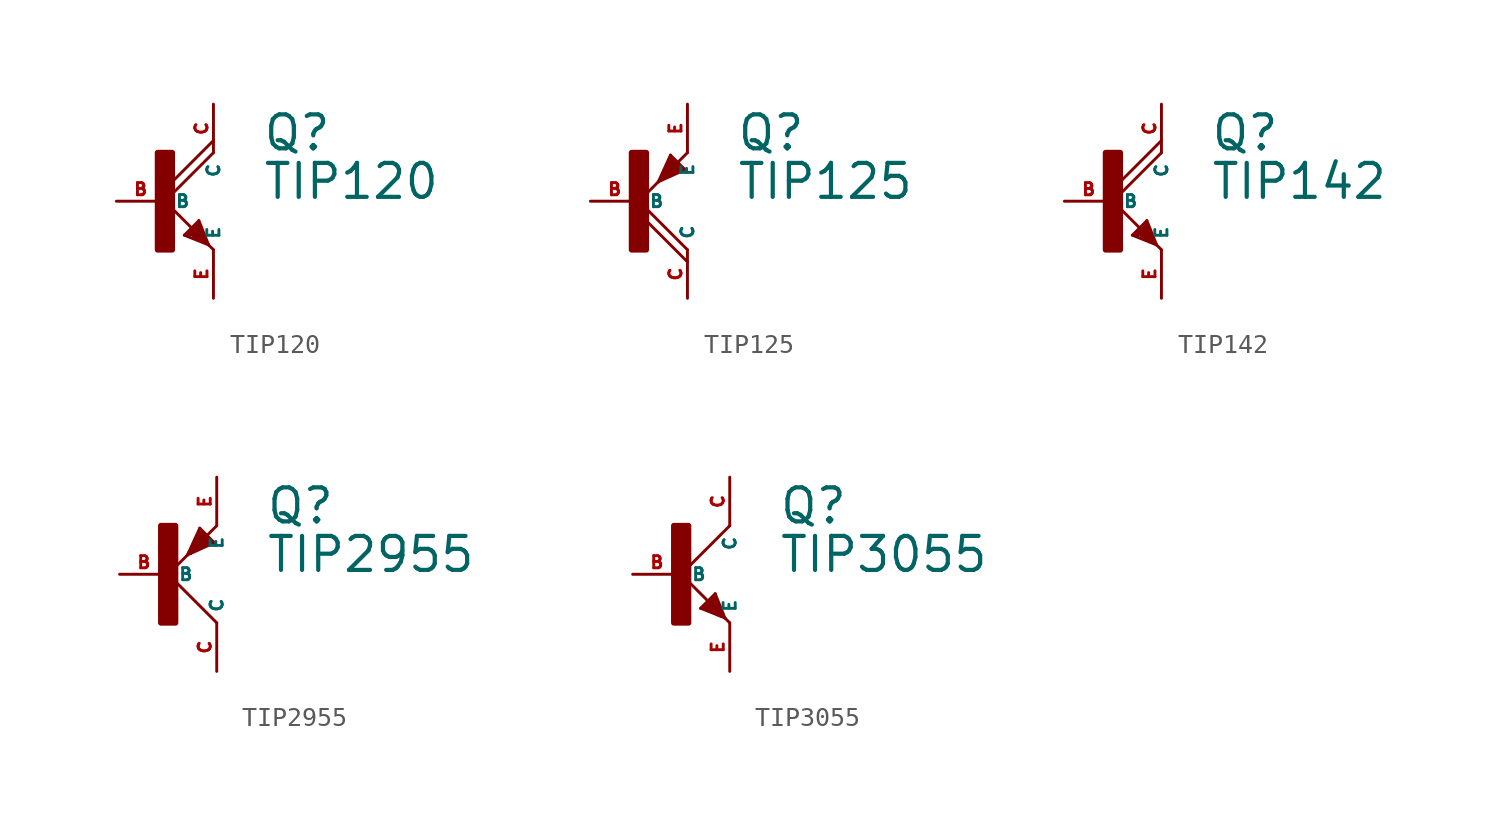
<source format=kicad_sym>
(kicad_symbol_lib
  (version 20220914)
  (generator Eagle2Kicad)
  (symbol "TIP120"
    (property "Reference" "Q"
      (at 5.08 2.54 0)
      (effects (font (size 1.778 1.778) (thickness 0.22)) (justify left bottom)))
    (property "Value" "TIP120"
      (at 5.08 0 0)
      (effects (font (size 1.778 1.778) (thickness 0.22)) (justify left bottom)))
    (polyline
      (pts (xy 2.54 2.54) (xy 0 0))
      (stroke (width 0.152) (type default))
      (fill (type none)))
    (polyline
      (pts (xy 0 0) (xy 2.032 -2.032))
      (stroke (width 0.152) (type default))
      (fill (type none)))
    (polyline
      (pts (xy 2.032 -2.032) (xy 2.286 -2.286))
      (stroke (width 0.152) (type default))
      (fill (type none)))
    (polyline
      (pts (xy 1.778 -1.016) (xy 2.286 -2.286))
      (stroke (width 0.152) (type default))
      (fill (type none)))
    (polyline
      (pts (xy 2.286 -2.286) (xy 2.54 -2.54))
      (stroke (width 0.152) (type default))
      (fill (type none)))
    (polyline
      (pts (xy 2.286 -2.286) (xy 1.016 -1.778))
      (stroke (width 0.152) (type default))
      (fill (type none)))
    (polyline
      (pts (xy 1.016 -1.778) (xy 1.778 -1.016))
      (stroke (width 0.152) (type default))
      (fill (type none)))
    (polyline
      (pts (xy 2.54 3.175) (xy 0 0.635))
      (stroke (width 0.152) (type default))
      (fill (type none)))
    (polyline
      (pts (xy 1.27 -1.778) (xy 1.778 -1.27))
      (stroke (width 0.254) (type default))
      (fill (type none)))
    (polyline
      (pts (xy 1.778 -1.27) (xy 2.032 -2.032))
      (stroke (width 0.254) (type default))
      (fill (type none)))
    (polyline
      (pts (xy 2.032 -2.032) (xy 1.524 -1.778))
      (stroke (width 0.254) (type default))
      (fill (type none)))
    (polyline
      (pts (xy 1.524 -1.778) (xy 1.778 -1.524))
      (stroke (width 0.254) (type default))
      (fill (type none)))
    (rectangle
      (start -0.381 -2.54)
      (end 0.381 2.54)
      (stroke (width 0.3) (type default))
      (fill (type outline)))
    (pin passive line
      (at -2.54 0 0)
      (length 2.54)
      (name "B" (effects (font (size 0.635 0.635) (thickness 0.08)) (justify left bottom)))
      (number "B" (effects (font (size 0.635 0.635) (thickness 0.08)) (justify left bottom))))
    (pin passive line
      (at 2.54 -5.08 90)
      (length 2.54)
      (name "E" (effects (font (size 0.635 0.635) (thickness 0.08)) (justify left bottom)))
      (number "E" (effects (font (size 0.635 0.635) (thickness 0.08)) (justify left bottom))))
    (pin passive line
      (at 2.54 5.08 270)
      (length 2.54)
      (name "C" (effects (font (size 0.635 0.635) (thickness 0.08)) (justify left bottom)))
      (number "C" (effects (font (size 0.635 0.635) (thickness 0.08)) (justify left bottom)))))
  (symbol "TIP125"
    (property "Reference" "Q"
      (at 5.08 2.54 0)
      (effects (font (size 1.778 1.778) (thickness 0.22)) (justify left bottom)))
    (property "Value" "TIP125"
      (at 5.08 0 0)
      (effects (font (size 1.778 1.778) (thickness 0.22)) (justify left bottom)))
    (polyline
      (pts (xy 2.54 -2.54) (xy 0 0))
      (stroke (width 0.152) (type default))
      (fill (type none)))
    (polyline
      (pts (xy 0 0) (xy 1.016 1.016))
      (stroke (width 0.152) (type default))
      (fill (type none)))
    (polyline
      (pts (xy 2.413 1.651) (xy 1.016 1.016))
      (stroke (width 0.152) (type default))
      (fill (type none)))
    (polyline
      (pts (xy 1.016 1.016) (xy 1.27 1.27))
      (stroke (width 0.152) (type default))
      (fill (type none)))
    (polyline
      (pts (xy 1.905 1.905) (xy 2.54 2.54))
      (stroke (width 0.152) (type default))
      (fill (type none)))
    (polyline
      (pts (xy 1.016 1.016) (xy 1.651 2.413))
      (stroke (width 0.152) (type default))
      (fill (type none)))
    (polyline
      (pts (xy 1.651 2.413) (xy 2.413 1.651))
      (stroke (width 0.152) (type default))
      (fill (type none)))
    (polyline
      (pts (xy 2.54 -3.175) (xy 0 -0.635))
      (stroke (width 0.152) (type default))
      (fill (type none)))
    (polyline
      (pts (xy 1.27 1.27) (xy 2.159 1.651))
      (stroke (width 0.254) (type default))
      (fill (type none)))
    (polyline
      (pts (xy 2.159 1.651) (xy 1.905 1.905))
      (stroke (width 0.254) (type default))
      (fill (type none)))
    (polyline
      (pts (xy 1.905 1.905) (xy 1.651 2.159))
      (stroke (width 0.254) (type default))
      (fill (type none)))
    (polyline
      (pts (xy 1.651 2.159) (xy 1.27 1.27))
      (stroke (width 0.254) (type default))
      (fill (type none)))
    (polyline
      (pts (xy 1.27 1.27) (xy 1.905 1.905))
      (stroke (width 0.254) (type default))
      (fill (type none)))
    (polyline
      (pts (xy 1.651 1.905) (xy 1.905 1.651))
      (stroke (width 0.254) (type default))
      (fill (type none)))
    (rectangle
      (start -0.381 -2.54)
      (end 0.381 2.54)
      (stroke (width 0.3) (type default))
      (fill (type outline)))
    (pin passive line
      (at -2.54 0 0)
      (length 2.54)
      (name "B" (effects (font (size 0.635 0.635) (thickness 0.08)) (justify left bottom)))
      (number "B" (effects (font (size 0.635 0.635) (thickness 0.08)) (justify left bottom))))
    (pin passive line
      (at 2.54 5.08 270)
      (length 2.54)
      (name "E" (effects (font (size 0.635 0.635) (thickness 0.08)) (justify left bottom)))
      (number "E" (effects (font (size 0.635 0.635) (thickness 0.08)) (justify left bottom))))
    (pin passive line
      (at 2.54 -5.08 90)
      (length 2.54)
      (name "C" (effects (font (size 0.635 0.635) (thickness 0.08)) (justify left bottom)))
      (number "C" (effects (font (size 0.635 0.635) (thickness 0.08)) (justify left bottom)))))
  (symbol "TIP142"
    (property "Reference" "Q"
      (at 5.08 2.54 0)
      (effects (font (size 1.778 1.778) (thickness 0.22)) (justify left bottom)))
    (property "Value" "TIP142"
      (at 5.08 0 0)
      (effects (font (size 1.778 1.778) (thickness 0.22)) (justify left bottom)))
    (polyline
      (pts (xy 2.54 2.54) (xy 0 0))
      (stroke (width 0.152) (type default))
      (fill (type none)))
    (polyline
      (pts (xy 0 0) (xy 2.032 -2.032))
      (stroke (width 0.152) (type default))
      (fill (type none)))
    (polyline
      (pts (xy 2.032 -2.032) (xy 2.286 -2.286))
      (stroke (width 0.152) (type default))
      (fill (type none)))
    (polyline
      (pts (xy 1.778 -1.016) (xy 2.286 -2.286))
      (stroke (width 0.152) (type default))
      (fill (type none)))
    (polyline
      (pts (xy 2.286 -2.286) (xy 2.54 -2.54))
      (stroke (width 0.152) (type default))
      (fill (type none)))
    (polyline
      (pts (xy 2.286 -2.286) (xy 1.016 -1.778))
      (stroke (width 0.152) (type default))
      (fill (type none)))
    (polyline
      (pts (xy 1.016 -1.778) (xy 1.778 -1.016))
      (stroke (width 0.152) (type default))
      (fill (type none)))
    (polyline
      (pts (xy 2.54 3.175) (xy 0 0.635))
      (stroke (width 0.152) (type default))
      (fill (type none)))
    (polyline
      (pts (xy 1.27 -1.778) (xy 1.778 -1.27))
      (stroke (width 0.254) (type default))
      (fill (type none)))
    (polyline
      (pts (xy 1.778 -1.27) (xy 2.032 -2.032))
      (stroke (width 0.254) (type default))
      (fill (type none)))
    (polyline
      (pts (xy 2.032 -2.032) (xy 1.524 -1.778))
      (stroke (width 0.254) (type default))
      (fill (type none)))
    (polyline
      (pts (xy 1.524 -1.778) (xy 1.778 -1.524))
      (stroke (width 0.254) (type default))
      (fill (type none)))
    (rectangle
      (start -0.381 -2.54)
      (end 0.381 2.54)
      (stroke (width 0.3) (type default))
      (fill (type outline)))
    (pin passive line
      (at -2.54 0 0)
      (length 2.54)
      (name "B" (effects (font (size 0.635 0.635) (thickness 0.08)) (justify left bottom)))
      (number "B" (effects (font (size 0.635 0.635) (thickness 0.08)) (justify left bottom))))
    (pin passive line
      (at 2.54 -5.08 90)
      (length 2.54)
      (name "E" (effects (font (size 0.635 0.635) (thickness 0.08)) (justify left bottom)))
      (number "E" (effects (font (size 0.635 0.635) (thickness 0.08)) (justify left bottom))))
    (pin passive line
      (at 2.54 5.08 270)
      (length 2.54)
      (name "C" (effects (font (size 0.635 0.635) (thickness 0.08)) (justify left bottom)))
      (number "C" (effects (font (size 0.635 0.635) (thickness 0.08)) (justify left bottom)))))
  (symbol "TIP2955"
    (property "Reference" "Q"
      (at 5.08 2.54 0)
      (effects (font (size 1.778 1.778) (thickness 0.22)) (justify left bottom)))
    (property "Value" "TIP2955"
      (at 5.08 0 0)
      (effects (font (size 1.778 1.778) (thickness 0.22)) (justify left bottom)))
    (polyline
      (pts (xy 2.54 -2.54) (xy 0 0))
      (stroke (width 0.152) (type default))
      (fill (type none)))
    (polyline
      (pts (xy 0 0) (xy 1.016 1.016))
      (stroke (width 0.152) (type default))
      (fill (type none)))
    (polyline
      (pts (xy 2.413 1.651) (xy 1.016 1.016))
      (stroke (width 0.152) (type default))
      (fill (type none)))
    (polyline
      (pts (xy 1.016 1.016) (xy 1.143 1.143))
      (stroke (width 0.152) (type default))
      (fill (type none)))
    (polyline
      (pts (xy 1.905 1.905) (xy 2.54 2.54))
      (stroke (width 0.152) (type default))
      (fill (type none)))
    (polyline
      (pts (xy 1.016 1.016) (xy 1.651 2.413))
      (stroke (width 0.152) (type default))
      (fill (type none)))
    (polyline
      (pts (xy 1.651 2.413) (xy 2.413 1.651))
      (stroke (width 0.152) (type default))
      (fill (type none)))
    (polyline
      (pts (xy 1.143 1.143) (xy 2.159 1.651))
      (stroke (width 0.254) (type default))
      (fill (type none)))
    (polyline
      (pts (xy 2.159 1.651) (xy 1.905 1.905))
      (stroke (width 0.254) (type default))
      (fill (type none)))
    (polyline
      (pts (xy 1.905 1.905) (xy 1.651 2.159))
      (stroke (width 0.254) (type default))
      (fill (type none)))
    (polyline
      (pts (xy 1.651 2.159) (xy 1.143 1.143))
      (stroke (width 0.254) (type default))
      (fill (type none)))
    (polyline
      (pts (xy 1.143 1.143) (xy 1.905 1.905))
      (stroke (width 0.254) (type default))
      (fill (type none)))
    (polyline
      (pts (xy 1.651 1.905) (xy 1.905 1.651))
      (stroke (width 0.254) (type default))
      (fill (type none)))
    (rectangle
      (start -0.381 -2.54)
      (end 0.381 2.54)
      (stroke (width 0.3) (type default))
      (fill (type outline)))
    (pin passive line
      (at -2.54 0 0)
      (length 2.54)
      (name "B" (effects (font (size 0.635 0.635) (thickness 0.08)) (justify left bottom)))
      (number "B" (effects (font (size 0.635 0.635) (thickness 0.08)) (justify left bottom))))
    (pin passive line
      (at 2.54 5.08 270)
      (length 2.54)
      (name "E" (effects (font (size 0.635 0.635) (thickness 0.08)) (justify left bottom)))
      (number "E" (effects (font (size 0.635 0.635) (thickness 0.08)) (justify left bottom))))
    (pin passive line
      (at 2.54 -5.08 90)
      (length 2.54)
      (name "C" (effects (font (size 0.635 0.635) (thickness 0.08)) (justify left bottom)))
      (number "C" (effects (font (size 0.635 0.635) (thickness 0.08)) (justify left bottom)))))
  (symbol "TIP3055"
    (property "Reference" "Q"
      (at 5.08 2.54 0)
      (effects (font (size 1.778 1.778) (thickness 0.22)) (justify left bottom)))
    (property "Value" "TIP3055"
      (at 5.08 0 0)
      (effects (font (size 1.778 1.778) (thickness 0.22)) (justify left bottom)))
    (polyline
      (pts (xy 2.54 2.54) (xy 0 0))
      (stroke (width 0.152) (type default))
      (fill (type none)))
    (polyline
      (pts (xy 0 0) (xy 1.651 -1.651))
      (stroke (width 0.152) (type default))
      (fill (type none)))
    (polyline
      (pts (xy 2.159 -2.159) (xy 2.286 -2.286))
      (stroke (width 0.152) (type default))
      (fill (type none)))
    (polyline
      (pts (xy 1.778 -1.016) (xy 2.286 -2.286))
      (stroke (width 0.152) (type default))
      (fill (type none)))
    (polyline
      (pts (xy 2.286 -2.286) (xy 2.54 -2.54))
      (stroke (width 0.152) (type default))
      (fill (type none)))
    (polyline
      (pts (xy 2.286 -2.286) (xy 1.016 -1.778))
      (stroke (width 0.152) (type default))
      (fill (type none)))
    (polyline
      (pts (xy 1.016 -1.778) (xy 1.778 -1.016))
      (stroke (width 0.152) (type default))
      (fill (type none)))
    (polyline
      (pts (xy 2.159 -2.159) (xy 1.778 -1.27))
      (stroke (width 0.254) (type default))
      (fill (type none)))
    (polyline
      (pts (xy 1.778 -1.27) (xy 1.27 -1.778))
      (stroke (width 0.254) (type default))
      (fill (type none)))
    (polyline
      (pts (xy 1.27 -1.778) (xy 2.159 -2.159))
      (stroke (width 0.254) (type default))
      (fill (type none)))
    (polyline
      (pts (xy 2.159 -2.159) (xy 1.651 -1.651))
      (stroke (width 0.254) (type default))
      (fill (type none)))
    (polyline
      (pts (xy 1.524 -1.778) (xy 1.778 -1.524))
      (stroke (width 0.254) (type default))
      (fill (type none)))
    (rectangle
      (start -0.381 -2.54)
      (end 0.381 2.54)
      (stroke (width 0.3) (type default))
      (fill (type outline)))
    (pin passive line
      (at -2.54 0 0)
      (length 2.54)
      (name "B" (effects (font (size 0.635 0.635) (thickness 0.08)) (justify left bottom)))
      (number "B" (effects (font (size 0.635 0.635) (thickness 0.08)) (justify left bottom))))
    (pin passive line
      (at 2.54 -5.08 90)
      (length 2.54)
      (name "E" (effects (font (size 0.635 0.635) (thickness 0.08)) (justify left bottom)))
      (number "E" (effects (font (size 0.635 0.635) (thickness 0.08)) (justify left bottom))))
    (pin passive line
      (at 2.54 5.08 270)
      (length 2.54)
      (name "C" (effects (font (size 0.635 0.635) (thickness 0.08)) (justify left bottom)))
      (number "C" (effects (font (size 0.635 0.635) (thickness 0.08)) (justify left bottom))))))
</source>
